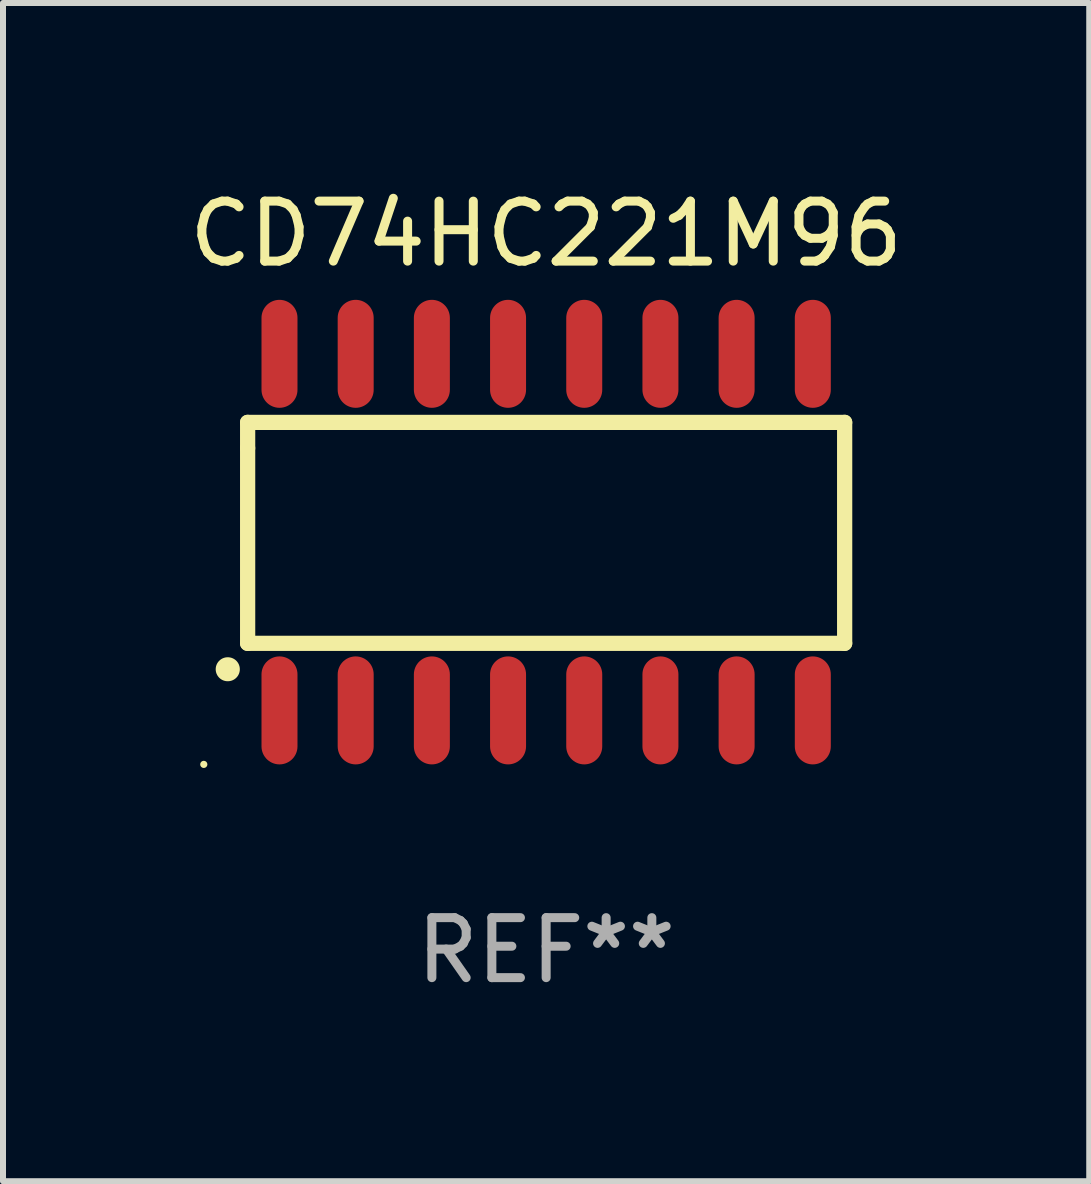
<source format=kicad_pcb>
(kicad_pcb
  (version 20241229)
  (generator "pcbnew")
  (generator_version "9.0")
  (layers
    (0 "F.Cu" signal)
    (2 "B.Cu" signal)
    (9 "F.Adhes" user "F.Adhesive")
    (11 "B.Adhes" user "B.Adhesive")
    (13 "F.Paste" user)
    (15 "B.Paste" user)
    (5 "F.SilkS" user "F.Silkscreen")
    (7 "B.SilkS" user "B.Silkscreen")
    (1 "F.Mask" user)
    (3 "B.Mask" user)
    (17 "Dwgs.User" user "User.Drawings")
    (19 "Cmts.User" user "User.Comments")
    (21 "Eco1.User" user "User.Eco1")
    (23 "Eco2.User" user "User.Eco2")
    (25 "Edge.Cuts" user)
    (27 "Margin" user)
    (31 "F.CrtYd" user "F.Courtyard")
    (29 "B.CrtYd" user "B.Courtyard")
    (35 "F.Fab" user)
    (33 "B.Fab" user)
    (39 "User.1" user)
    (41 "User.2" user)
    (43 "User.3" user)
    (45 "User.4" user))
  (footprint "CD74HC221M96"
    (layer "F.Cu")
    (at 6.054 5.82)
    (property "Reference" "CD74HC221M96" (at 0 -4.972 0) (layer "F.SilkS") (effects (font (size 1 1) (thickness 0.15))))
    (attr through_hole)
    (fp_line (start -4.976 -1.829) (end -4.976 -1.4) (stroke (width 0.254) (type solid)) (layer "F.SilkS"))
    (fp_line (start -4.976 -1.4) (end -4.976 1.854) (stroke (width 0.254) (type solid)) (layer "F.SilkS"))
    (fp_line (start -4.976 1.854) (end 4.976 1.854) (stroke (width 0.254) (type solid)) (layer "F.SilkS"))
    (fp_line (start 4.976 -1.829) (end -4.976 -1.829) (stroke (width 0.254) (type solid)) (layer "F.SilkS"))
    (fp_line (start 4.976 1.854) (end 4.976 -1.829) (stroke (width 0.254) (type solid)) (layer "F.SilkS"))
    (fp_arc (start -5.308611 2.286005) (mid -5.307341 2.286001) (end -5.306071 2.286005) (stroke (width 0.4) (type solid)) (layer "F.SilkS"))
    (fp_circle (center -5.707 3.872) (end -5.677 3.872) (stroke (width 0.06) (type solid)) (fill no) (layer "F.SilkS"))
    (fp_text user "REF**" (at 0 6.972 0) (layer "F.Fab") (effects (font (size 1 1) (thickness 0.15))))
    (pad "1" smd oval (at -4.445 2.972 180) (size 0.6 1.8) (layers "F.Cu" "F.Mask" "F.Paste"))
    (pad "2" smd oval (at -3.175 2.972 180) (size 0.6 1.8) (layers "F.Cu" "F.Mask" "F.Paste"))
    (pad "3" smd oval (at -1.905 2.972 180) (size 0.6 1.8) (layers "F.Cu" "F.Mask" "F.Paste"))
    (pad "4" smd oval (at -0.635 2.972 180) (size 0.6 1.8) (layers "F.Cu" "F.Mask" "F.Paste"))
    (pad "5" smd oval (at 0.635 2.972 180) (size 0.6 1.8) (layers "F.Cu" "F.Mask" "F.Paste"))
    (pad "6" smd oval (at 1.905 2.972 180) (size 0.6 1.8) (layers "F.Cu" "F.Mask" "F.Paste"))
    (pad "7" smd oval (at 3.175 2.972 180) (size 0.6 1.8) (layers "F.Cu" "F.Mask" "F.Paste"))
    (pad "8" smd oval (at 4.445 2.972 180) (size 0.6 1.8) (layers "F.Cu" "F.Mask" "F.Paste"))
    (pad "9" smd oval (at 4.445 -2.972 180) (size 0.6 1.8) (layers "F.Cu" "F.Mask" "F.Paste"))
    (pad "10" smd oval (at 3.175 -2.972 180) (size 0.6 1.8) (layers "F.Cu" "F.Mask" "F.Paste"))
    (pad "11" smd oval (at 1.905 -2.972 180) (size 0.6 1.8) (layers "F.Cu" "F.Mask" "F.Paste"))
    (pad "12" smd oval (at 0.635 -2.972 180) (size 0.6 1.8) (layers "F.Cu" "F.Mask" "F.Paste"))
    (pad "13" smd oval (at -0.635 -2.972 180) (size 0.6 1.8) (layers "F.Cu" "F.Mask" "F.Paste"))
    (pad "14" smd oval (at -1.905 -2.972 180) (size 0.6 1.8) (layers "F.Cu" "F.Mask" "F.Paste"))
    (pad "15" smd oval (at -3.175 -2.972 180) (size 0.6 1.8) (layers "F.Cu" "F.Mask" "F.Paste"))
    (pad "16" smd oval (at -4.445 -2.972 180) (size 0.6 1.8) (layers "F.Cu" "F.Mask" "F.Paste")))
  (gr_rect
    (start -3 -3)
    (end 15.107 16.64)
    (stroke (width 0.1) (type default))
    (fill no)
    (layer "Edge.Cuts")))
</source>
